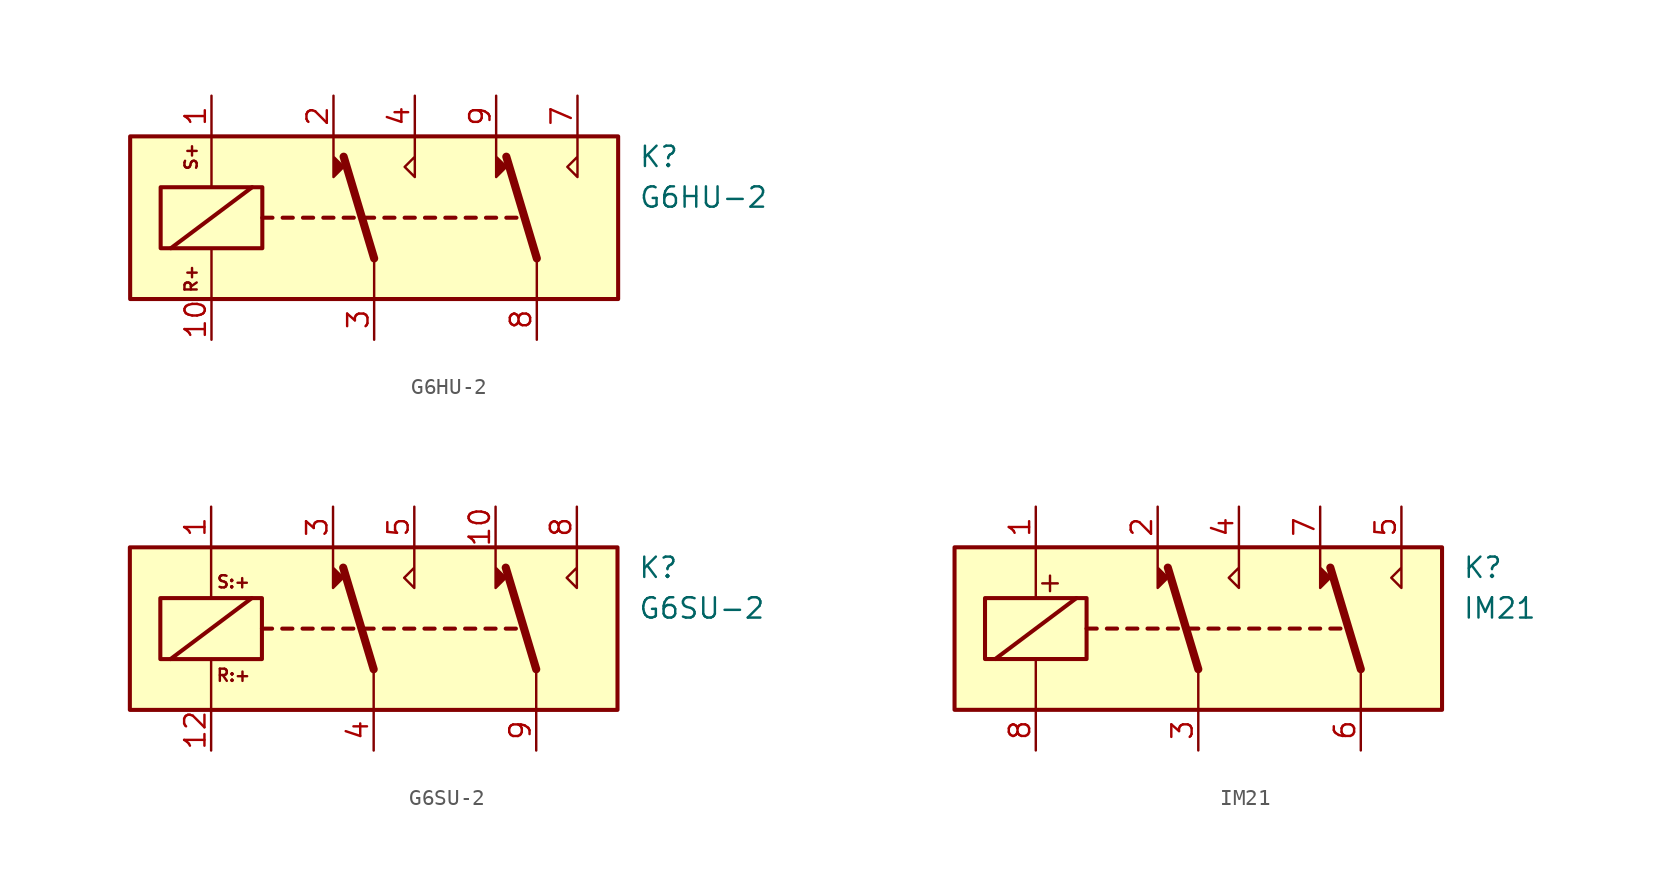
<source format=kicad_sym>
(kicad_symbol_lib
  (version 20211014)
  (generator kicad_symbol_editor)
  (symbol "G6HU-2"
    (property "Reference" "K"
      (at 16.51 3.81 0)
      (effects (font (size 1.27 1.27)) (justify left)))
    (property "Value" "G6HU-2"
      (at 16.51 1.27 0)
      (effects (font (size 1.27 1.27)) (justify left)))
    (symbol "G6HU-2_0_0"
      (text "R+" (at -11.43 -3.81 900) (effects (font (size 0.762 0.762))))
      (text "S+" (at -11.43 3.81 900) (effects (font (size 0.762 0.762)))))
    (symbol "G6HU-2_0_1"
      (rectangle (start -15.24 5.08) (end 15.24 -5.08) (stroke (width 0.254) (type default) (color 0 0 0 0)) (fill (type background)))
      (rectangle (start -13.335 1.905) (end -6.985 -1.905) (stroke (width 0.254) (type default) (color 0 0 0 0)) (fill (type none)))
      (polyline (pts (xy -12.7 -1.905) (xy -7.62 1.905)) (stroke (width 0.254) (type default) (color 0 0 0 0)) (fill (type none)))
      (polyline (pts (xy -10.16 -5.08) (xy -10.16 -1.905)) (stroke (width 0) (type default) (color 0 0 0 0)) (fill (type none)))
      (polyline (pts (xy -10.16 5.08) (xy -10.16 1.905)) (stroke (width 0) (type default) (color 0 0 0 0)) (fill (type none)))
      (polyline (pts (xy -6.985 0) (xy -6.35 0)) (stroke (width 0.254) (type default) (color 0 0 0 0)) (fill (type none)))
      (polyline (pts (xy -5.715 0) (xy -5.08 0)) (stroke (width 0.254) (type default) (color 0 0 0 0)) (fill (type none)))
      (polyline (pts (xy -4.445 0) (xy -3.81 0)) (stroke (width 0.254) (type default) (color 0 0 0 0)) (fill (type none)))
      (polyline (pts (xy -3.175 0) (xy -2.54 0)) (stroke (width 0.254) (type default) (color 0 0 0 0)) (fill (type none)))
      (polyline (pts (xy -1.905 0) (xy -1.27 0)) (stroke (width 0.254) (type default) (color 0 0 0 0)) (fill (type none)))
      (polyline (pts (xy -0.635 0) (xy 0 0)) (stroke (width 0.254) (type default) (color 0 0 0 0)) (fill (type none)))
      (polyline (pts (xy 0 -2.54) (xy -1.905 3.81)) (stroke (width 0.508) (type default) (color 0 0 0 0)) (fill (type none)))
      (polyline (pts (xy 0 -2.54) (xy 0 -5.08)) (stroke (width 0) (type default) (color 0 0 0 0)) (fill (type none)))
      (polyline (pts (xy 0.635 0) (xy 1.27 0)) (stroke (width 0.254) (type default) (color 0 0 0 0)) (fill (type none)))
      (polyline (pts (xy 1.905 0) (xy 2.54 0)) (stroke (width 0.254) (type default) (color 0 0 0 0)) (fill (type none)))
      (polyline (pts (xy 3.175 0) (xy 3.81 0)) (stroke (width 0.254) (type default) (color 0 0 0 0)) (fill (type none)))
      (polyline (pts (xy 4.445 0) (xy 5.08 0)) (stroke (width 0.254) (type default) (color 0 0 0 0)) (fill (type none)))
      (polyline (pts (xy 5.715 0) (xy 6.35 0)) (stroke (width 0.254) (type default) (color 0 0 0 0)) (fill (type none)))
      (polyline (pts (xy 6.985 0) (xy 7.62 0)) (stroke (width 0.254) (type default) (color 0 0 0 0)) (fill (type none)))
      (polyline (pts (xy 8.255 0) (xy 8.89 0)) (stroke (width 0.254) (type default) (color 0 0 0 0)) (fill (type none)))
      (polyline (pts (xy 10.16 -2.54) (xy 8.255 3.81)) (stroke (width 0.508) (type default) (color 0 0 0 0)) (fill (type none)))
      (polyline (pts (xy 10.16 -2.54) (xy 10.16 -5.08)) (stroke (width 0) (type default) (color 0 0 0 0)) (fill (type none)))
      (polyline (pts (xy -2.54 5.08) (xy -2.54 2.54) (xy -1.905 3.175) (xy -2.54 3.81)) (stroke (width 0) (type default) (color 0 0 0 0)) (fill (type outline)))
      (polyline (pts (xy 2.54 5.08) (xy 2.54 2.54) (xy 1.905 3.175) (xy 2.54 3.81)) (stroke (width 0) (type default) (color 0 0 0 0)) (fill (type none)))
      (polyline (pts (xy 7.62 5.08) (xy 7.62 2.54) (xy 8.255 3.175) (xy 7.62 3.81)) (stroke (width 0) (type default) (color 0 0 0 0)) (fill (type outline)))
      (polyline (pts (xy 12.7 5.08) (xy 12.7 2.54) (xy 12.065 3.175) (xy 12.7 3.81)) (stroke (width 0) (type default) (color 0 0 0 0)) (fill (type none))))
    (symbol "G6HU-2_1_1"
      (pin passive line (at -10.16 7.62 270) (length 2.54) (name "~" (effects (font (size 1.27 1.27)))) (number "1" (effects (font (size 1.27 1.27)))))
      (pin passive line (at -10.16 -7.62 90) (length 2.54) (name "~" (effects (font (size 1.27 1.27)))) (number "10" (effects (font (size 1.27 1.27)))))
      (pin passive line (at -2.54 7.62 270) (length 2.54) (name "~" (effects (font (size 1.27 1.27)))) (number "2" (effects (font (size 1.27 1.27)))))
      (pin passive line (at 0 -7.62 90) (length 2.54) (name "~" (effects (font (size 1.27 1.27)))) (number "3" (effects (font (size 1.27 1.27)))))
      (pin passive line (at 2.54 7.62 270) (length 2.54) (name "~" (effects (font (size 1.27 1.27)))) (number "4" (effects (font (size 1.27 1.27)))))
      (pin no_connect line (at 5.08 -5.08 90) (length 2.54) hide (name "NC" (effects (font (size 1.27 1.27)))) (number "5" (effects (font (size 1.27 1.27)))))
      (pin no_connect line (at 2.54 -5.08 90) (length 2.54) hide (name "NC" (effects (font (size 1.27 1.27)))) (number "6" (effects (font (size 1.27 1.27)))))
      (pin passive line (at 12.7 7.62 270) (length 2.54) (name "~" (effects (font (size 1.27 1.27)))) (number "7" (effects (font (size 1.27 1.27)))))
      (pin passive line (at 10.16 -7.62 90) (length 2.54) (name "~" (effects (font (size 1.27 1.27)))) (number "8" (effects (font (size 1.27 1.27)))))
      (pin passive line (at 7.62 7.62 270) (length 2.54) (name "~" (effects (font (size 1.27 1.27)))) (number "9" (effects (font (size 1.27 1.27)))))))
  (symbol "G6SU-2"
    (property "Reference" "K"
      (at 16.51 3.81 0)
      (effects (font (size 1.27 1.27)) (justify left)))
    (property "Value" "G6SU-2"
      (at 16.51 1.27 0)
      (effects (font (size 1.27 1.27)) (justify left)))
    (symbol "G6SU-2_0_0"
      (text "R:+" (at -8.763 -2.921 0) (effects (font (size 0.762 0.762))))
      (text "S:+" (at -8.763 2.921 0) (effects (font (size 0.762 0.762)))))
    (symbol "G6SU-2_0_1"
      (rectangle (start -15.24 5.08) (end 15.24 -5.08) (stroke (width 0.254) (type default) (color 0 0 0 0)) (fill (type background)))
      (rectangle (start -13.335 1.905) (end -6.985 -1.905) (stroke (width 0.254) (type default) (color 0 0 0 0)) (fill (type none)))
      (polyline (pts (xy -12.7 -1.905) (xy -7.62 1.905)) (stroke (width 0.254) (type default) (color 0 0 0 0)) (fill (type none)))
      (polyline (pts (xy -10.16 -5.08) (xy -10.16 -1.905)) (stroke (width 0) (type default) (color 0 0 0 0)) (fill (type none)))
      (polyline (pts (xy -10.16 5.08) (xy -10.16 1.905)) (stroke (width 0) (type default) (color 0 0 0 0)) (fill (type none)))
      (polyline (pts (xy -6.985 0) (xy -6.35 0)) (stroke (width 0.254) (type default) (color 0 0 0 0)) (fill (type none)))
      (polyline (pts (xy -5.715 0) (xy -5.08 0)) (stroke (width 0.254) (type default) (color 0 0 0 0)) (fill (type none)))
      (polyline (pts (xy -4.445 0) (xy -3.81 0)) (stroke (width 0.254) (type default) (color 0 0 0 0)) (fill (type none)))
      (polyline (pts (xy -3.175 0) (xy -2.54 0)) (stroke (width 0.254) (type default) (color 0 0 0 0)) (fill (type none)))
      (polyline (pts (xy -1.905 0) (xy -1.27 0)) (stroke (width 0.254) (type default) (color 0 0 0 0)) (fill (type none)))
      (polyline (pts (xy -0.635 0) (xy 0 0)) (stroke (width 0.254) (type default) (color 0 0 0 0)) (fill (type none)))
      (polyline (pts (xy 0 -2.54) (xy -1.905 3.81)) (stroke (width 0.508) (type default) (color 0 0 0 0)) (fill (type none)))
      (polyline (pts (xy 0 -2.54) (xy 0 -5.08)) (stroke (width 0) (type default) (color 0 0 0 0)) (fill (type none)))
      (polyline (pts (xy 0.635 0) (xy 1.27 0)) (stroke (width 0.254) (type default) (color 0 0 0 0)) (fill (type none)))
      (polyline (pts (xy 1.905 0) (xy 2.54 0)) (stroke (width 0.254) (type default) (color 0 0 0 0)) (fill (type none)))
      (polyline (pts (xy 3.175 0) (xy 3.81 0)) (stroke (width 0.254) (type default) (color 0 0 0 0)) (fill (type none)))
      (polyline (pts (xy 4.445 0) (xy 5.08 0)) (stroke (width 0.254) (type default) (color 0 0 0 0)) (fill (type none)))
      (polyline (pts (xy 5.715 0) (xy 6.35 0)) (stroke (width 0.254) (type default) (color 0 0 0 0)) (fill (type none)))
      (polyline (pts (xy 6.985 0) (xy 7.62 0)) (stroke (width 0.254) (type default) (color 0 0 0 0)) (fill (type none)))
      (polyline (pts (xy 8.255 0) (xy 8.89 0)) (stroke (width 0.254) (type default) (color 0 0 0 0)) (fill (type none)))
      (polyline (pts (xy 10.16 -2.54) (xy 8.255 3.81)) (stroke (width 0.508) (type default) (color 0 0 0 0)) (fill (type none)))
      (polyline (pts (xy 10.16 -2.54) (xy 10.16 -5.08)) (stroke (width 0) (type default) (color 0 0 0 0)) (fill (type none)))
      (polyline (pts (xy -2.54 5.08) (xy -2.54 2.54) (xy -1.905 3.175) (xy -2.54 3.81)) (stroke (width 0) (type default) (color 0 0 0 0)) (fill (type outline)))
      (polyline (pts (xy 2.54 5.08) (xy 2.54 2.54) (xy 1.905 3.175) (xy 2.54 3.81)) (stroke (width 0) (type default) (color 0 0 0 0)) (fill (type none)))
      (polyline (pts (xy 7.62 5.08) (xy 7.62 2.54) (xy 8.255 3.175) (xy 7.62 3.81)) (stroke (width 0) (type default) (color 0 0 0 0)) (fill (type outline)))
      (polyline (pts (xy 12.7 5.08) (xy 12.7 2.54) (xy 12.065 3.175) (xy 12.7 3.81)) (stroke (width 0) (type default) (color 0 0 0 0)) (fill (type none))))
    (symbol "G6SU-2_1_1"
      (pin passive line (at -10.16 7.62 270) (length 2.54) (name "~" (effects (font (size 1.27 1.27)))) (number "1" (effects (font (size 1.27 1.27)))))
      (pin passive line (at 7.62 7.62 270) (length 2.54) (name "~" (effects (font (size 1.27 1.27)))) (number "10" (effects (font (size 1.27 1.27)))))
      (pin passive line (at -10.16 -7.62 90) (length 2.54) (name "~" (effects (font (size 1.27 1.27)))) (number "12" (effects (font (size 1.27 1.27)))))
      (pin passive line (at -2.54 7.62 270) (length 2.54) (name "~" (effects (font (size 1.27 1.27)))) (number "3" (effects (font (size 1.27 1.27)))))
      (pin passive line (at 0 -7.62 90) (length 2.54) (name "~" (effects (font (size 1.27 1.27)))) (number "4" (effects (font (size 1.27 1.27)))))
      (pin passive line (at 2.54 7.62 270) (length 2.54) (name "~" (effects (font (size 1.27 1.27)))) (number "5" (effects (font (size 1.27 1.27)))))
      (pin passive line (at 12.7 7.62 270) (length 2.54) (name "~" (effects (font (size 1.27 1.27)))) (number "8" (effects (font (size 1.27 1.27)))))
      (pin passive line (at 10.16 -7.62 90) (length 2.54) (name "~" (effects (font (size 1.27 1.27)))) (number "9" (effects (font (size 1.27 1.27)))))))
  (symbol "IM21"
    (property "Reference" "K"
      (at 16.51 3.81 0)
      (effects (font (size 1.27 1.27)) (justify left)))
    (property "Value" "IM21"
      (at 16.51 1.27 0)
      (effects (font (size 1.27 1.27)) (justify left)))
    (symbol "IM21_0_0"
      (text "+" (at -9.271 2.921 0) (effects (font (size 1.27 1.27)))))
    (symbol "IM21_0_1"
      (rectangle (start -15.24 5.08) (end 15.24 -5.08) (stroke (width 0.254) (type default) (color 0 0 0 0)) (fill (type background)))
      (rectangle (start -13.335 1.905) (end -6.985 -1.905) (stroke (width 0.254) (type default) (color 0 0 0 0)) (fill (type none)))
      (polyline (pts (xy -12.7 -1.905) (xy -7.62 1.905)) (stroke (width 0.254) (type default) (color 0 0 0 0)) (fill (type none)))
      (polyline (pts (xy -10.16 -5.08) (xy -10.16 -1.905)) (stroke (width 0) (type default) (color 0 0 0 0)) (fill (type none)))
      (polyline (pts (xy -10.16 5.08) (xy -10.16 1.905)) (stroke (width 0) (type default) (color 0 0 0 0)) (fill (type none)))
      (polyline (pts (xy -6.985 0) (xy -6.35 0)) (stroke (width 0.254) (type default) (color 0 0 0 0)) (fill (type none)))
      (polyline (pts (xy -5.715 0) (xy -5.08 0)) (stroke (width 0.254) (type default) (color 0 0 0 0)) (fill (type none)))
      (polyline (pts (xy -4.445 0) (xy -3.81 0)) (stroke (width 0.254) (type default) (color 0 0 0 0)) (fill (type none)))
      (polyline (pts (xy -3.175 0) (xy -2.54 0)) (stroke (width 0.254) (type default) (color 0 0 0 0)) (fill (type none)))
      (polyline (pts (xy -1.905 0) (xy -1.27 0)) (stroke (width 0.254) (type default) (color 0 0 0 0)) (fill (type none)))
      (polyline (pts (xy -0.635 0) (xy 0 0)) (stroke (width 0.254) (type default) (color 0 0 0 0)) (fill (type none)))
      (polyline (pts (xy 0 -2.54) (xy -1.905 3.81)) (stroke (width 0.508) (type default) (color 0 0 0 0)) (fill (type none)))
      (polyline (pts (xy 0 -2.54) (xy 0 -5.08)) (stroke (width 0) (type default) (color 0 0 0 0)) (fill (type none)))
      (polyline (pts (xy 0.635 0) (xy 1.27 0)) (stroke (width 0.254) (type default) (color 0 0 0 0)) (fill (type none)))
      (polyline (pts (xy 1.905 0) (xy 2.54 0)) (stroke (width 0.254) (type default) (color 0 0 0 0)) (fill (type none)))
      (polyline (pts (xy 3.175 0) (xy 3.81 0)) (stroke (width 0.254) (type default) (color 0 0 0 0)) (fill (type none)))
      (polyline (pts (xy 4.445 0) (xy 5.08 0)) (stroke (width 0.254) (type default) (color 0 0 0 0)) (fill (type none)))
      (polyline (pts (xy 5.715 0) (xy 6.35 0)) (stroke (width 0.254) (type default) (color 0 0 0 0)) (fill (type none)))
      (polyline (pts (xy 6.985 0) (xy 7.62 0)) (stroke (width 0.254) (type default) (color 0 0 0 0)) (fill (type none)))
      (polyline (pts (xy 8.255 0) (xy 8.89 0)) (stroke (width 0.254) (type default) (color 0 0 0 0)) (fill (type none)))
      (polyline (pts (xy 10.16 -2.54) (xy 8.255 3.81)) (stroke (width 0.508) (type default) (color 0 0 0 0)) (fill (type none)))
      (polyline (pts (xy 10.16 -2.54) (xy 10.16 -5.08)) (stroke (width 0) (type default) (color 0 0 0 0)) (fill (type none)))
      (polyline (pts (xy -2.54 5.08) (xy -2.54 2.54) (xy -1.905 3.175) (xy -2.54 3.81)) (stroke (width 0) (type default) (color 0 0 0 0)) (fill (type outline)))
      (polyline (pts (xy 2.54 5.08) (xy 2.54 2.54) (xy 1.905 3.175) (xy 2.54 3.81)) (stroke (width 0) (type default) (color 0 0 0 0)) (fill (type none)))
      (polyline (pts (xy 7.62 5.08) (xy 7.62 2.54) (xy 8.255 3.175) (xy 7.62 3.81)) (stroke (width 0) (type default) (color 0 0 0 0)) (fill (type outline)))
      (polyline (pts (xy 12.7 5.08) (xy 12.7 2.54) (xy 12.065 3.175) (xy 12.7 3.81)) (stroke (width 0) (type default) (color 0 0 0 0)) (fill (type none))))
    (symbol "IM21_1_1"
      (pin passive line (at -10.16 7.62 270) (length 2.54) (name "~" (effects (font (size 1.27 1.27)))) (number "1" (effects (font (size 1.27 1.27)))))
      (pin passive line (at -2.54 7.62 270) (length 2.54) (name "~" (effects (font (size 1.27 1.27)))) (number "2" (effects (font (size 1.27 1.27)))))
      (pin passive line (at 0 -7.62 90) (length 2.54) (name "~" (effects (font (size 1.27 1.27)))) (number "3" (effects (font (size 1.27 1.27)))))
      (pin passive line (at 2.54 7.62 270) (length 2.54) (name "~" (effects (font (size 1.27 1.27)))) (number "4" (effects (font (size 1.27 1.27)))))
      (pin passive line (at 12.7 7.62 270) (length 2.54) (name "~" (effects (font (size 1.27 1.27)))) (number "5" (effects (font (size 1.27 1.27)))))
      (pin passive line (at 10.16 -7.62 90) (length 2.54) (name "~" (effects (font (size 1.27 1.27)))) (number "6" (effects (font (size 1.27 1.27)))))
      (pin passive line (at 7.62 7.62 270) (length 2.54) (name "~" (effects (font (size 1.27 1.27)))) (number "7" (effects (font (size 1.27 1.27)))))
      (pin passive line (at -10.16 -7.62 90) (length 2.54) (name "~" (effects (font (size 1.27 1.27)))) (number "8" (effects (font (size 1.27 1.27))))))))
</source>
